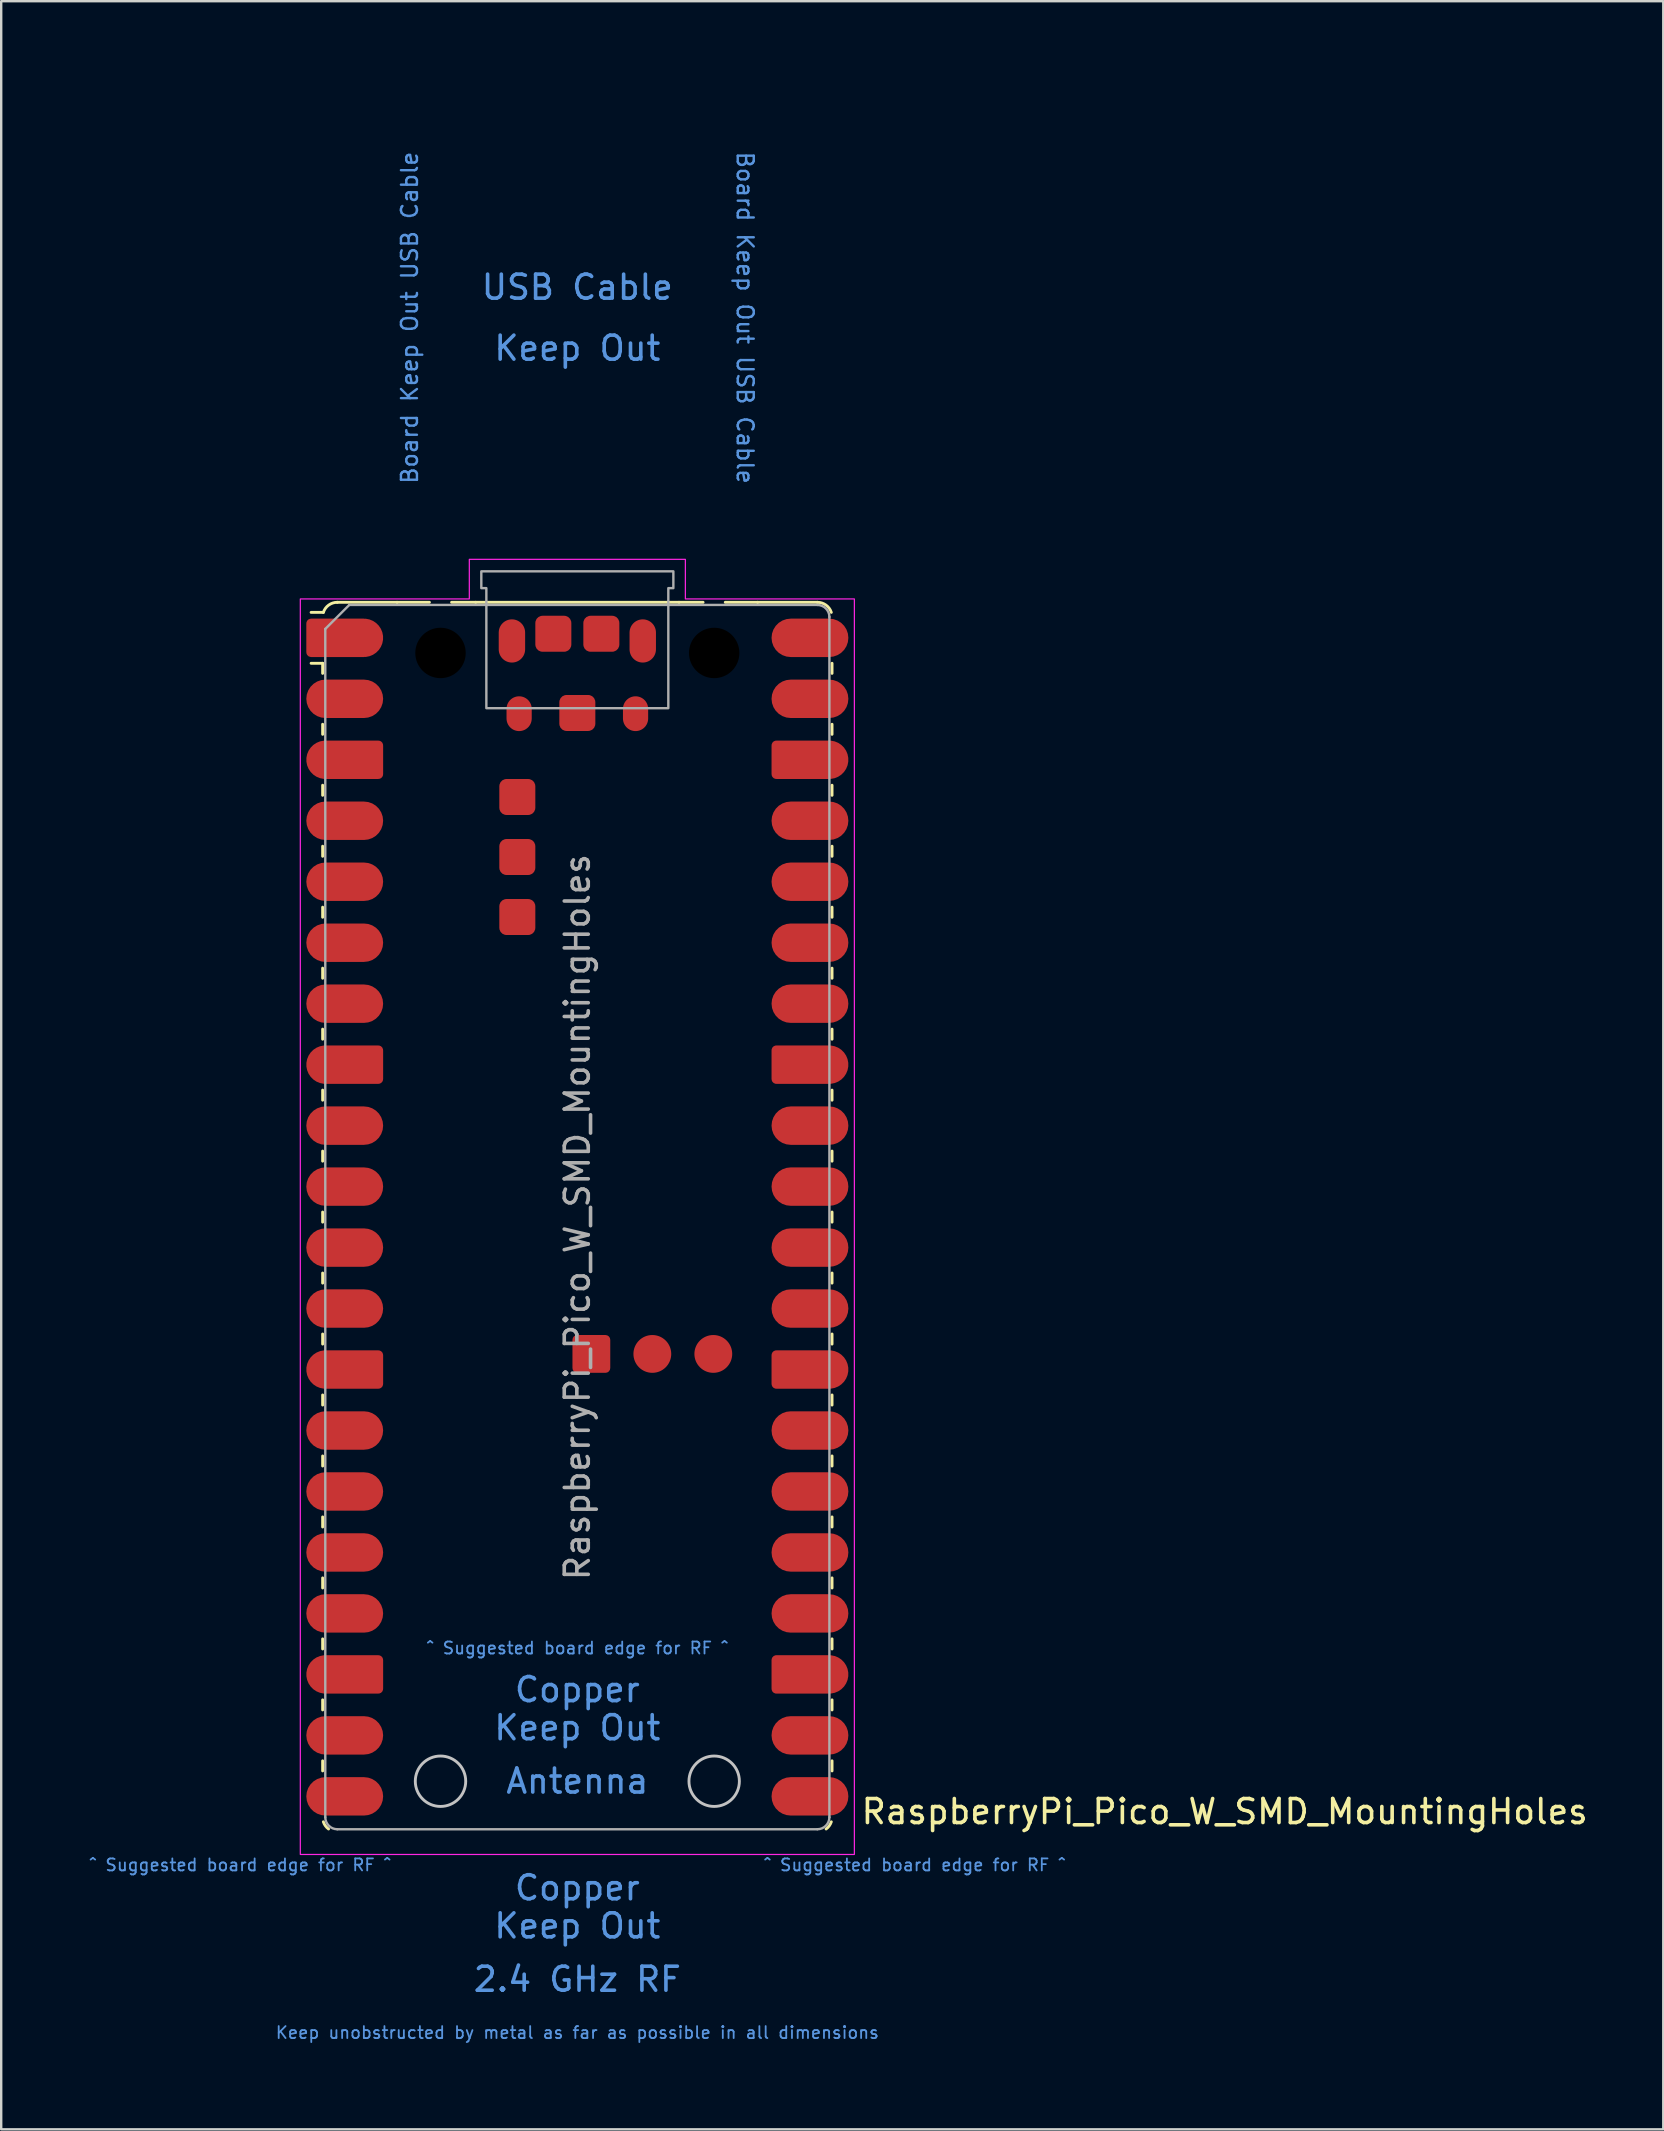
<source format=kicad_pcb>
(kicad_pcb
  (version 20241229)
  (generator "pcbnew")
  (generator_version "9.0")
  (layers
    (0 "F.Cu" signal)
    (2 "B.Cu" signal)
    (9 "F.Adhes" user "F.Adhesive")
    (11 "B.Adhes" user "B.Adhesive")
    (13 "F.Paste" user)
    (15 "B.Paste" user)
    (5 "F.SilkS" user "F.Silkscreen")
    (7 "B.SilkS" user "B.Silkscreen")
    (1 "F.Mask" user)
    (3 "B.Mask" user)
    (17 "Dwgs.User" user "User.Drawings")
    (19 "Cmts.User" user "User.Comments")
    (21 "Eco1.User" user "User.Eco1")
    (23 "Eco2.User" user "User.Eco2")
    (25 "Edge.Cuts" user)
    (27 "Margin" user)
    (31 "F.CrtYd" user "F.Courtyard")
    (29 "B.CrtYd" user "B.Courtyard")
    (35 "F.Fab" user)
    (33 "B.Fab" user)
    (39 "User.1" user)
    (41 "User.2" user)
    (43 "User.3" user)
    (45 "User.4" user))
  (footprint "RaspberryPi_Pico_W_SMD_MountingHoles"
    (layer "F.Cu")
    (at 21 47.65)
    (property "Reference" "RaspberryPi_Pico_W_SMD_MountingHoles" (at 11.748 24.765 0) (unlocked yes) (layer "F.SilkS") (effects (font (size 1 1) (thickness 0.15)) (justify left)))
    (attr smd)
    (fp_line (start -10.61 -23.07) (end -11.09 -23.07) (stroke (width 0.12) (type solid)) (layer "F.SilkS"))
    (fp_line (start -10.61 -23.07) (end -10.61 -22.65) (stroke (width 0.12) (type solid)) (layer "F.SilkS"))
    (fp_line (start -10.61 -20.53) (end -10.61 -20.11) (stroke (width 0.12) (type solid)) (layer "F.SilkS"))
    (fp_line (start -10.61 -17.99) (end -10.61 -17.57) (stroke (width 0.12) (type solid)) (layer "F.SilkS"))
    (fp_line (start -10.61 -15.45) (end -10.61 -15.03) (stroke (width 0.12) (type solid)) (layer "F.SilkS"))
    (fp_line (start -10.61 -12.91) (end -10.61 -12.49) (stroke (width 0.12) (type solid)) (layer "F.SilkS"))
    (fp_line (start -10.61 -10.37) (end -10.61 -9.95) (stroke (width 0.12) (type solid)) (layer "F.SilkS"))
    (fp_line (start -10.61 -7.83) (end -10.61 -7.41) (stroke (width 0.12) (type solid)) (layer "F.SilkS"))
    (fp_line (start -10.61 -5.29) (end -10.61 -4.87) (stroke (width 0.12) (type solid)) (layer "F.SilkS"))
    (fp_line (start -10.61 -2.75) (end -10.61 -2.33) (stroke (width 0.12) (type solid)) (layer "F.SilkS"))
    (fp_line (start -10.61 -0.21) (end -10.61 0.21) (stroke (width 0.12) (type solid)) (layer "F.SilkS"))
    (fp_line (start -10.61 2.33) (end -10.61 2.75) (stroke (width 0.12) (type solid)) (layer "F.SilkS"))
    (fp_line (start -10.61 4.87) (end -10.61 5.29) (stroke (width 0.12) (type solid)) (layer "F.SilkS"))
    (fp_line (start -10.61 7.41) (end -10.61 7.83) (stroke (width 0.12) (type solid)) (layer "F.SilkS"))
    (fp_line (start -10.61 9.95) (end -10.61 10.37) (stroke (width 0.12) (type solid)) (layer "F.SilkS"))
    (fp_line (start -10.61 12.49) (end -10.61 12.91) (stroke (width 0.12) (type solid)) (layer "F.SilkS"))
    (fp_line (start -10.61 15.03) (end -10.61 15.45) (stroke (width 0.12) (type solid)) (layer "F.SilkS"))
    (fp_line (start -10.61 17.57) (end -10.61 17.99) (stroke (width 0.12) (type solid)) (layer "F.SilkS"))
    (fp_line (start -10.61 20.11) (end -10.61 20.53) (stroke (width 0.12) (type solid)) (layer "F.SilkS"))
    (fp_line (start -10.61 22.65) (end -10.61 23.07) (stroke (width 0.12) (type solid)) (layer "F.SilkS"))
    (fp_line (start -10.58 -25.19) (end -11.09 -25.19) (stroke (width 0.12) (type solid)) (layer "F.SilkS"))
    (fp_line (start -10 -25.61) (end -7.51 -25.61) (stroke (width 0.12) (type solid)) (layer "F.SilkS"))
    (fp_line (start -7.51 -25.61) (end -6.162 -25.61) (stroke (width 0.12) (type solid)) (layer "F.SilkS"))
    (fp_line (start -5.238 -25.61) (end -4.235 -25.61) (stroke (width 0.12) (type solid)) (layer "F.SilkS"))
    (fp_line (start -4.235 -25.61) (end 4.235 -25.61) (stroke (width 0.12) (type solid)) (layer "F.SilkS"))
    (fp_line (start 4.235 -25.61) (end 5.238 -25.61) (stroke (width 0.12) (type solid)) (layer "F.SilkS"))
    (fp_line (start 6.162 -25.61) (end 7.51 -25.61) (stroke (width 0.12) (type solid)) (layer "F.SilkS"))
    (fp_line (start 10 -25.61) (end 7.51 -25.61) (stroke (width 0.12) (type solid)) (layer "F.SilkS"))
    (fp_line (start 10.61 -23.07) (end 10.61 -22.65) (stroke (width 0.12) (type solid)) (layer "F.SilkS"))
    (fp_line (start 10.61 -20.53) (end 10.61 -20.11) (stroke (width 0.12) (type solid)) (layer "F.SilkS"))
    (fp_line (start 10.61 -17.99) (end 10.61 -17.57) (stroke (width 0.12) (type solid)) (layer "F.SilkS"))
    (fp_line (start 10.61 -15.45) (end 10.61 -15.03) (stroke (width 0.12) (type solid)) (layer "F.SilkS"))
    (fp_line (start 10.61 -12.91) (end 10.61 -12.49) (stroke (width 0.12) (type solid)) (layer "F.SilkS"))
    (fp_line (start 10.61 -10.37) (end 10.61 -9.95) (stroke (width 0.12) (type solid)) (layer "F.SilkS"))
    (fp_line (start 10.61 -7.83) (end 10.61 -7.41) (stroke (width 0.12) (type solid)) (layer "F.SilkS"))
    (fp_line (start 10.61 -5.29) (end 10.61 -4.87) (stroke (width 0.12) (type solid)) (layer "F.SilkS"))
    (fp_line (start 10.61 -2.75) (end 10.61 -2.33) (stroke (width 0.12) (type solid)) (layer "F.SilkS"))
    (fp_line (start 10.61 -0.21) (end 10.61 0.21) (stroke (width 0.12) (type solid)) (layer "F.SilkS"))
    (fp_line (start 10.61 2.33) (end 10.61 2.75) (stroke (width 0.12) (type solid)) (layer "F.SilkS"))
    (fp_line (start 10.61 4.87) (end 10.61 5.29) (stroke (width 0.12) (type solid)) (layer "F.SilkS"))
    (fp_line (start 10.61 7.41) (end 10.61 7.83) (stroke (width 0.12) (type solid)) (layer "F.SilkS"))
    (fp_line (start 10.61 9.95) (end 10.61 10.37) (stroke (width 0.12) (type solid)) (layer "F.SilkS"))
    (fp_line (start 10.61 12.49) (end 10.61 12.91) (stroke (width 0.12) (type solid)) (layer "F.SilkS"))
    (fp_line (start 10.61 15.03) (end 10.61 15.45) (stroke (width 0.12) (type solid)) (layer "F.SilkS"))
    (fp_line (start 10.61 17.57) (end 10.61 17.99) (stroke (width 0.12) (type solid)) (layer "F.SilkS"))
    (fp_line (start 10.61 20.11) (end 10.61 20.53) (stroke (width 0.12) (type solid)) (layer "F.SilkS"))
    (fp_line (start 10.61 22.65) (end 10.61 23.07) (stroke (width 0.12) (type solid)) (layer "F.SilkS"))
    (fp_arc (start -10.579676 -25.189937) (mid -10.357938 -25.493944) (end -10 -25.61) (stroke (width 0.12) (type solid)) (layer "F.SilkS"))
    (fp_arc (start -10.363318 25.49) (mid -10.494791 25.356765) (end -10.579676 25.189937) (stroke (width 0.12) (type solid)) (layer "F.SilkS"))
    (fp_arc (start 10 -25.61) (mid 10.357937 -25.493944) (end 10.579676 -25.189937) (stroke (width 0.12) (type solid)) (layer "F.SilkS"))
    (fp_arc (start 10.579676 25.189937) (mid 10.494798 25.356768) (end 10.363318 25.49) (stroke (width 0.12) (type solid)) (layer "F.SilkS"))
    (fp_circle (center -5.7 23.5) (end -4.65 23.5) (stroke (width 0.12) (type solid)) (fill no) (layer "Dwgs.User"))
    (fp_circle (center 5.7 23.5) (end 6.75 23.5) (stroke (width 0.12) (type solid)) (fill no) (layer "Dwgs.User"))
    (fp_poly (pts (xy -4.5 -27.4) (xy 4.5 -27.4) (xy 4.5 -25.75) (xy 11.54 -25.75) (xy 11.54 26.55) (xy -11.54 26.55) (xy -11.54 -25.75) (xy -4.5 -25.75)) (stroke (width 0.05) (type solid)) (fill no) (layer "F.CrtYd"))
    (fp_line (start -10.5 -24.5) (end -9.5 -25.5) (stroke (width 0.1) (type solid)) (layer "F.Fab"))
    (fp_line (start -10.5 25) (end -10.5 -24.5) (stroke (width 0.1) (type solid)) (layer "F.Fab"))
    (fp_line (start -9.5 -25.5) (end 10 -25.5) (stroke (width 0.1) (type solid)) (layer "F.Fab"))
    (fp_line (start 10 25.5) (end -10 25.5) (stroke (width 0.1) (type solid)) (layer "F.Fab"))
    (fp_line (start 10.5 -25) (end 10.5 25) (stroke (width 0.1) (type solid)) (layer "F.Fab"))
    (fp_arc (start -10 25.5) (mid -10.353553 25.353553) (end -10.5 25) (stroke (width 0.1) (type solid)) (layer "F.Fab"))
    (fp_arc (start 10 -25.5) (mid 10.353553 -25.353553) (end 10.5 -25) (stroke (width 0.1) (type solid)) (layer "F.Fab"))
    (fp_arc (start 10.5 25) (mid 10.353553 25.353553) (end 10 25.5) (stroke (width 0.1) (type solid)) (layer "F.Fab"))
    (fp_poly (pts (xy 3.79 -21.2) (xy 3.79 -26.2) (xy 4 -26.2) (xy 4 -26.9) (xy -4 -26.9) (xy -4 -26.2) (xy -3.79 -26.2) (xy -3.79 -21.2)) (stroke (width 0.1) (type solid)) (fill no) (layer "F.Fab"))
    (fp_text user "^ Suggested board edge for RF ^" (at 0 17.953 0) (unlocked yes) (layer "Cmts.User") (effects (font (size 0.5 0.5) (thickness 0.075))))
    (fp_text user "Keep Out" (at 0 21.273 0) (unlocked yes) (layer "Cmts.User") (effects (font (size 1 1) (thickness 0.15))))
    (fp_text user "^ Suggested board edge for RF ^" (at -14.05 26.988 0) (unlocked yes) (layer "Cmts.User") (effects (font (size 0.5 0.5) (thickness 0.075))))
    (fp_text user "USB Cable" (at 0 -38.735 0) (unlocked yes) (layer "Cmts.User") (effects (font (size 1 1) (thickness 0.15))))
    (fp_text user "Copper" (at 0 19.685 0) (unlocked yes) (layer "Cmts.User") (effects (font (size 1 1) (thickness 0.15))))
    (fp_text user "Board Keep Out USB Cable" (at 6.985 -37.465 270) (unlocked yes) (layer "Cmts.User") (effects (font (size 0.667 0.667) (thickness 0.1))))
    (fp_text user "Keep Out" (at 0 29.527 0) (unlocked yes) (layer "Cmts.User") (effects (font (size 1 1) (thickness 0.15))))
    (fp_text user "^ Suggested board edge for RF ^" (at 14.05 26.988 0) (unlocked yes) (layer "Cmts.User") (effects (font (size 0.5 0.5) (thickness 0.075))))
    (fp_text user "Copper" (at 0 27.94 0) (unlocked yes) (layer "Cmts.User") (effects (font (size 1 1) (thickness 0.15))))
    (fp_text user "2.4 GHz RF" (at 0 31.75 0) (unlocked yes) (layer "Cmts.User") (effects (font (size 1 1) (thickness 0.15))))
    (fp_text user "Keep Out" (at 0 -36.195 0) (unlocked yes) (layer "Cmts.User") (effects (font (size 1 1) (thickness 0.15))))
    (fp_text user "Antenna" (at 0 23.495 0) (unlocked yes) (layer "Cmts.User") (effects (font (size 1 1) (thickness 0.15))))
    (fp_text user "Keep unobstructed by metal as far as possible in all dimensions" (at 0 33.972 0) (unlocked yes) (layer "Cmts.User") (effects (font (size 0.5 0.5) (thickness 0.075))))
    (fp_text user "Board Keep Out USB Cable" (at -6.985 -37.465 90) (unlocked yes) (layer "Cmts.User") (effects (font (size 0.667 0.667) (thickness 0.1))))
    (fp_text user "${REFERENCE}" (at 0 0 90) (layer "F.Fab") (effects (font (size 1 1) (thickness 0.15))))
    (pad "" np_thru_hole circle (at -5.7 -23.5) (size 3.8 3.8) (drill 2.1) (layers "*.Mask"))
    (pad "" smd oval (at -2.725 -24) (size 1.1 1.8) (layers "F.Cu" "F.Mask" "F.Paste"))
    (pad "" smd oval (at -2.425 -20.97) (size 1.05 1.45) (layers "F.Cu" "F.Mask" "F.Paste"))
    (pad "" smd oval (at 2.425 -20.97) (size 1.05 1.45) (layers "F.Cu" "F.Mask" "F.Paste"))
    (pad "" smd oval (at 2.725 -24) (size 1.1 1.8) (layers "F.Cu" "F.Mask" "F.Paste"))
    (pad "" np_thru_hole circle (at 5.7 -23.5) (size 3.8 3.8) (drill 2.1) (layers "*.Mask"))
    (pad "1" smd custom (at -8.89 -24.13) (size 1.6 1.6) (layers "F.Cu" "F.Mask" "F.Paste") (options (anchor circle)) (primitives (gr_poly (pts (xy -2.4 0.6) (xy -2.4 -0.6) (xy -2.2 -0.8) (xy 0 -0.8) (xy 0 0.8) (xy -2.2 0.8)) (width 0) (fill yes)) (gr_circle (center -2.2 0.6) (end -2 0.6) (width 0) (fill yes)) (gr_circle (center -2.2 -0.6) (end -2 -0.6) (width 0) (fill yes))))
    (pad "2" smd roundrect (at -8.89 -21.59) (size 3.2 1.6) (drill (offset -0.8 0)) (layers "F.Cu" "F.Mask" "F.Paste") (roundrect_rratio 0.5))
    (pad "3" smd custom (at -8.89 -19.05) (size 1.6 1.6) (layers "F.Cu" "F.Mask" "F.Paste") (options (anchor circle)) (primitives (gr_poly (pts (xy 0.8 -0.6) (xy 0.8 0.6) (xy 0.6 0.8) (xy -1.6 0.8) (xy -1.6 -0.8) (xy 0.6 -0.8)) (width 0) (fill yes)) (gr_circle (center 0.6 0.6) (end 0.8 0.6) (width 0) (fill yes)) (gr_circle (center 0.6 -0.6) (end 0.8 -0.6) (width 0) (fill yes)) (gr_circle (center -1.6 0) (end -0.8 0) (width 0) (fill yes))))
    (pad "4" smd roundrect (at -8.89 -16.51) (size 3.2 1.6) (drill (offset -0.8 0)) (layers "F.Cu" "F.Mask" "F.Paste") (roundrect_rratio 0.5))
    (pad "5" smd roundrect (at -8.89 -13.97) (size 3.2 1.6) (drill (offset -0.8 0)) (layers "F.Cu" "F.Mask" "F.Paste") (roundrect_rratio 0.5))
    (pad "6" smd roundrect (at -8.89 -11.43) (size 3.2 1.6) (drill (offset -0.8 0)) (layers "F.Cu" "F.Mask" "F.Paste") (roundrect_rratio 0.5))
    (pad "7" smd roundrect (at -8.89 -8.89) (size 3.2 1.6) (drill (offset -0.8 0)) (layers "F.Cu" "F.Mask" "F.Paste") (roundrect_rratio 0.5))
    (pad "8" smd custom (at -8.89 -6.35) (size 1.6 1.6) (layers "F.Cu" "F.Mask" "F.Paste") (options (anchor circle)) (primitives (gr_poly (pts (xy 0.8 -0.6) (xy 0.8 0.6) (xy 0.6 0.8) (xy -1.6 0.8) (xy -1.6 -0.8) (xy 0.6 -0.8)) (width 0) (fill yes)) (gr_circle (center 0.6 0.6) (end 0.8 0.6) (width 0) (fill yes)) (gr_circle (center 0.6 -0.6) (end 0.8 -0.6) (width 0) (fill yes)) (gr_circle (center -1.6 0) (end -0.8 0) (width 0) (fill yes))))
    (pad "9" smd roundrect (at -8.89 -3.81) (size 3.2 1.6) (drill (offset -0.8 0)) (layers "F.Cu" "F.Mask" "F.Paste") (roundrect_rratio 0.5))
    (pad "10" smd roundrect (at -8.89 -1.27) (size 3.2 1.6) (drill (offset -0.8 0)) (layers "F.Cu" "F.Mask" "F.Paste") (roundrect_rratio 0.5))
    (pad "11" smd roundrect (at -8.89 1.27) (size 3.2 1.6) (drill (offset -0.8 0)) (layers "F.Cu" "F.Mask" "F.Paste") (roundrect_rratio 0.5))
    (pad "12" smd roundrect (at -8.89 3.81) (size 3.2 1.6) (drill (offset -0.8 0)) (layers "F.Cu" "F.Mask" "F.Paste") (roundrect_rratio 0.5))
    (pad "13" smd custom (at -8.89 6.35) (size 1.6 1.6) (layers "F.Cu" "F.Mask" "F.Paste") (options (anchor circle)) (primitives (gr_poly (pts (xy 0.8 -0.6) (xy 0.8 0.6) (xy 0.6 0.8) (xy -1.6 0.8) (xy -1.6 -0.8) (xy 0.6 -0.8)) (width 0) (fill yes)) (gr_circle (center 0.6 0.6) (end 0.8 0.6) (width 0) (fill yes)) (gr_circle (center 0.6 -0.6) (end 0.8 -0.6) (width 0) (fill yes)) (gr_circle (center -1.6 0) (end -0.8 0) (width 0) (fill yes))))
    (pad "14" smd roundrect (at -8.89 8.89) (size 3.2 1.6) (drill (offset -0.8 0)) (layers "F.Cu" "F.Mask" "F.Paste") (roundrect_rratio 0.5))
    (pad "15" smd roundrect (at -8.89 11.43) (size 3.2 1.6) (drill (offset -0.8 0)) (layers "F.Cu" "F.Mask" "F.Paste") (roundrect_rratio 0.5))
    (pad "16" smd roundrect (at -8.89 13.97) (size 3.2 1.6) (drill (offset -0.8 0)) (layers "F.Cu" "F.Mask" "F.Paste") (roundrect_rratio 0.5))
    (pad "17" smd roundrect (at -8.89 16.51) (size 3.2 1.6) (drill (offset -0.8 0)) (layers "F.Cu" "F.Mask" "F.Paste") (roundrect_rratio 0.5))
    (pad "18" smd custom (at -8.89 19.05) (size 1.6 1.6) (layers "F.Cu" "F.Mask" "F.Paste") (options (anchor circle)) (primitives (gr_poly (pts (xy 0.8 -0.6) (xy 0.8 0.6) (xy 0.6 0.8) (xy -1.6 0.8) (xy -1.6 -0.8) (xy 0.6 -0.8)) (width 0) (fill yes)) (gr_circle (center 0.6 0.6) (end 0.8 0.6) (width 0) (fill yes)) (gr_circle (center 0.6 -0.6) (end 0.8 -0.6) (width 0) (fill yes)) (gr_circle (center -1.6 0) (end -0.8 0) (width 0) (fill yes))))
    (pad "19" smd roundrect (at -8.89 21.59) (size 3.2 1.6) (drill (offset -0.8 0)) (layers "F.Cu" "F.Mask" "F.Paste") (roundrect_rratio 0.5))
    (pad "20" smd roundrect (at -8.89 24.13) (size 3.2 1.6) (drill (offset -0.8 0)) (layers "F.Cu" "F.Mask" "F.Paste") (roundrect_rratio 0.5))
    (pad "21" smd roundrect (at 8.89 24.13) (size 3.2 1.6) (drill (offset 0.8 0)) (layers "F.Cu" "F.Mask" "F.Paste") (roundrect_rratio 0.5))
    (pad "22" smd roundrect (at 8.89 21.59) (size 3.2 1.6) (drill (offset 0.8 0)) (layers "F.Cu" "F.Mask" "F.Paste") (roundrect_rratio 0.5))
    (pad "23" smd custom (at 8.89 19.05) (size 1.6 1.6) (layers "F.Cu" "F.Mask" "F.Paste") (options (anchor circle)) (primitives (gr_poly (pts (xy -0.8 -0.6) (xy -0.8 0.6) (xy -0.6 0.8) (xy 1.6 0.8) (xy 1.6 -0.8) (xy -0.6 -0.8)) (width 0) (fill yes)) (gr_circle (center -0.6 0.6) (end -0.4 0.6) (width 0) (fill yes)) (gr_circle (center -0.6 -0.6) (end -0.4 -0.6) (width 0) (fill yes)) (gr_circle (center 1.6 0) (end 2.4 0) (width 0) (fill yes))))
    (pad "24" smd roundrect (at 8.89 16.51) (size 3.2 1.6) (drill (offset 0.8 0)) (layers "F.Cu" "F.Mask" "F.Paste") (roundrect_rratio 0.5))
    (pad "25" smd roundrect (at 8.89 13.97) (size 3.2 1.6) (drill (offset 0.8 0)) (layers "F.Cu" "F.Mask" "F.Paste") (roundrect_rratio 0.5))
    (pad "26" smd roundrect (at 8.89 11.43) (size 3.2 1.6) (drill (offset 0.8 0)) (layers "F.Cu" "F.Mask" "F.Paste") (roundrect_rratio 0.5))
    (pad "27" smd roundrect (at 8.89 8.89) (size 3.2 1.6) (drill (offset 0.8 0)) (layers "F.Cu" "F.Mask" "F.Paste") (roundrect_rratio 0.5))
    (pad "28" smd custom (at 8.89 6.35) (size 1.6 1.6) (layers "F.Cu" "F.Mask" "F.Paste") (options (anchor circle)) (primitives (gr_poly (pts (xy -0.8 -0.6) (xy -0.8 0.6) (xy -0.6 0.8) (xy 1.6 0.8) (xy 1.6 -0.8) (xy -0.6 -0.8)) (width 0) (fill yes)) (gr_circle (center -0.6 0.6) (end -0.4 0.6) (width 0) (fill yes)) (gr_circle (center -0.6 -0.6) (end -0.4 -0.6) (width 0) (fill yes)) (gr_circle (center 1.6 0) (end 2.4 0) (width 0) (fill yes))))
    (pad "29" smd roundrect (at 8.89 3.81) (size 3.2 1.6) (drill (offset 0.8 0)) (layers "F.Cu" "F.Mask" "F.Paste") (roundrect_rratio 0.5))
    (pad "30" smd roundrect (at 8.89 1.27) (size 3.2 1.6) (drill (offset 0.8 0)) (layers "F.Cu" "F.Mask" "F.Paste") (roundrect_rratio 0.5))
    (pad "31" smd roundrect (at 8.89 -1.27) (size 3.2 1.6) (drill (offset 0.8 0)) (layers "F.Cu" "F.Mask" "F.Paste") (roundrect_rratio 0.5))
    (pad "32" smd roundrect (at 8.89 -3.81) (size 3.2 1.6) (drill (offset 0.8 0)) (layers "F.Cu" "F.Mask" "F.Paste") (roundrect_rratio 0.5))
    (pad "33" smd custom (at 8.89 -6.35) (size 1.6 1.6) (layers "F.Cu" "F.Mask" "F.Paste") (options (anchor circle)) (primitives (gr_poly (pts (xy -0.8 -0.6) (xy -0.8 0.6) (xy -0.6 0.8) (xy 1.6 0.8) (xy 1.6 -0.8) (xy -0.6 -0.8)) (width 0) (fill yes)) (gr_circle (center -0.6 0.6) (end -0.4 0.6) (width 0) (fill yes)) (gr_circle (center -0.6 -0.6) (end -0.4 -0.6) (width 0) (fill yes)) (gr_circle (center 1.6 0) (end 2.4 0) (width 0) (fill yes))))
    (pad "34" smd roundrect (at 8.89 -8.89) (size 3.2 1.6) (drill (offset 0.8 0)) (layers "F.Cu" "F.Mask" "F.Paste") (roundrect_rratio 0.5))
    (pad "35" smd roundrect (at 8.89 -11.43) (size 3.2 1.6) (drill (offset 0.8 0)) (layers "F.Cu" "F.Mask" "F.Paste") (roundrect_rratio 0.5))
    (pad "36" smd roundrect (at 8.89 -13.97) (size 3.2 1.6) (drill (offset 0.8 0)) (layers "F.Cu" "F.Mask" "F.Paste") (roundrect_rratio 0.5))
    (pad "37" smd roundrect (at 8.89 -16.51) (size 3.2 1.6) (drill (offset 0.8 0)) (layers "F.Cu" "F.Mask" "F.Paste") (roundrect_rratio 0.5))
    (pad "38" smd custom (at 8.89 -19.05) (size 1.6 1.6) (layers "F.Cu" "F.Mask" "F.Paste") (options (anchor circle)) (primitives (gr_poly (pts (xy -0.8 -0.6) (xy -0.8 0.6) (xy -0.6 0.8) (xy 1.6 0.8) (xy 1.6 -0.8) (xy -0.6 -0.8)) (width 0) (fill yes)) (gr_circle (center -0.6 0.6) (end -0.4 0.6) (width 0) (fill yes)) (gr_circle (center -0.6 -0.6) (end -0.4 -0.6) (width 0) (fill yes)) (gr_circle (center 1.6 0) (end 2.4 0) (width 0) (fill yes))))
    (pad "39" smd roundrect (at 8.89 -21.59) (size 3.2 1.6) (drill (offset 0.8 0)) (layers "F.Cu" "F.Mask" "F.Paste") (roundrect_rratio 0.5))
    (pad "40" smd roundrect (at 8.89 -24.13) (size 3.2 1.6) (drill (offset 0.8 0)) (layers "F.Cu" "F.Mask" "F.Paste") (roundrect_rratio 0.5))
    (pad "D1" smd roundrect (at 0.584 5.7) (size 1.575 1.575) (layers "F.Cu" "F.Mask" "F.Paste") (roundrect_rratio 0.127))
    (pad "D2" smd circle (at 3.124 5.7) (size 1.575 1.575) (layers "F.Cu" "F.Mask" "F.Paste"))
    (pad "D3" smd circle (at 5.664 5.7) (size 1.575 1.575) (layers "F.Cu" "F.Mask" "F.Paste"))
    (pad "TP1" smd roundrect (at 0 -21) (size 1.5 1.5) (layers "F.Cu" "F.Mask" "F.Paste") (roundrect_rratio 0.2))
    (pad "TP2" smd roundrect (at 1 -24.3) (size 1.5 1.5) (layers "F.Cu" "F.Mask" "F.Paste") (roundrect_rratio 0.2))
    (pad "TP3" smd roundrect (at -1 -24.3) (size 1.5 1.5) (layers "F.Cu" "F.Mask" "F.Paste") (roundrect_rratio 0.2))
    (pad "TP4" smd roundrect (at -2.5 -17.5) (size 1.5 1.5) (layers "F.Cu" "F.Mask" "F.Paste") (roundrect_rratio 0.2))
    (pad "TP5" smd roundrect (at -2.5 -15) (size 1.5 1.5) (layers "F.Cu" "F.Mask" "F.Paste") (roundrect_rratio 0.2))
    (pad "TP6" smd roundrect (at -2.5 -12.5) (size 1.5 1.5) (layers "F.Cu" "F.Mask" "F.Paste") (roundrect_rratio 0.2))
    (zone (net_name "") (layers "F.Cu" "B.Cu" "F.Paste" "B.Paste") (name "RF Copper Keep Out") (hatch full 0.5) (connect_pads) (min_thickness 0.254) (filled_areas_thickness no) (keepout (tracks not_allowed) (vias not_allowed) (pads not_allowed) (copperpour not_allowed) (footprints not_allowed)) (placement (enabled no)) (fill) (polygon (pts (xy 0 75.75) (xy 42 75.75) (xy 42 82.65) (xy 0 82.65))))
    (zone (net_name "") (layers "F.Cu" "B.Cu" "F.Paste" "B.Paste") (name "Antenna Copper Keep Out") (hatch full 0.5) (connect_pads) (min_thickness 0.254) (filled_areas_thickness no) (keepout (tracks not_allowed) (vias not_allowed) (pads not_allowed) (copperpour not_allowed) (footprints not_allowed)) (placement (enabled no)) (fill) (polygon (pts (xy 18.6 72.64) (xy 13.9 68.99) (xy 13.9 64.65) (xy 28.1 64.65) (xy 28.1 68.99) (xy 23.4 72.64) (xy 23.4 72.65) (xy 18.6 72.65))))
    (zone (net_name "") (layer "Edge.Cuts") (name "Board Keep Out USB Cable") (hatch edge 0.5) (connect_pads) (min_thickness 0.254) (filled_areas_thickness no) (keepout (tracks allowed) (vias allowed) (pads allowed) (copperpour allowed) (footprints allowed)) (placement (enabled no)) (fill) (polygon (pts (xy 14.8 0) (xy 27.2 0) (xy 27.2 20.4) (xy 14.8 20.4))))
    (zone (net_name "") (layer "Edge.Cuts") (name "Board Keep Out Suggestion RF") (hatch edge 0.5) (connect_pads) (min_thickness 0.254) (filled_areas_thickness no) (keepout (tracks allowed) (vias allowed) (pads allowed) (copperpour allowed) (footprints allowed)) (placement (enabled no)) (fill) (polygon (pts (xy 28.1 73.65) (xy 42 73.65) (xy 42 82.65) (xy 0 82.65) (xy 0 73.65) (xy 13.9 73.65) (xy 13.9 64.65) (xy 28.1 64.65))))
    (zone (net_name "") (layer "F.CrtYd") (name "USB Cable Keep Out") (hatch full 0.5) (connect_pads) (min_thickness 0.254) (filled_areas_thickness no) (keepout (tracks allowed) (vias allowed) (pads allowed) (copperpour allowed) (footprints not_allowed)) (placement (enabled no)) (fill) (polygon (pts (xy 15.25 19.95) (xy 17.06 19.95) (xy 17.06 20.25) (xy 24.94 20.25) (xy 24.94 19.95) (xy 26.75 19.95) (xy 26.75 0.45) (xy 15.25 0.45)))))
  (gr_rect
    (start -3 -3)
    (end 66.236 85.65)
    (stroke (width 0.1) (type default))
    (fill no)
    (layer "Edge.Cuts")))
</source>
